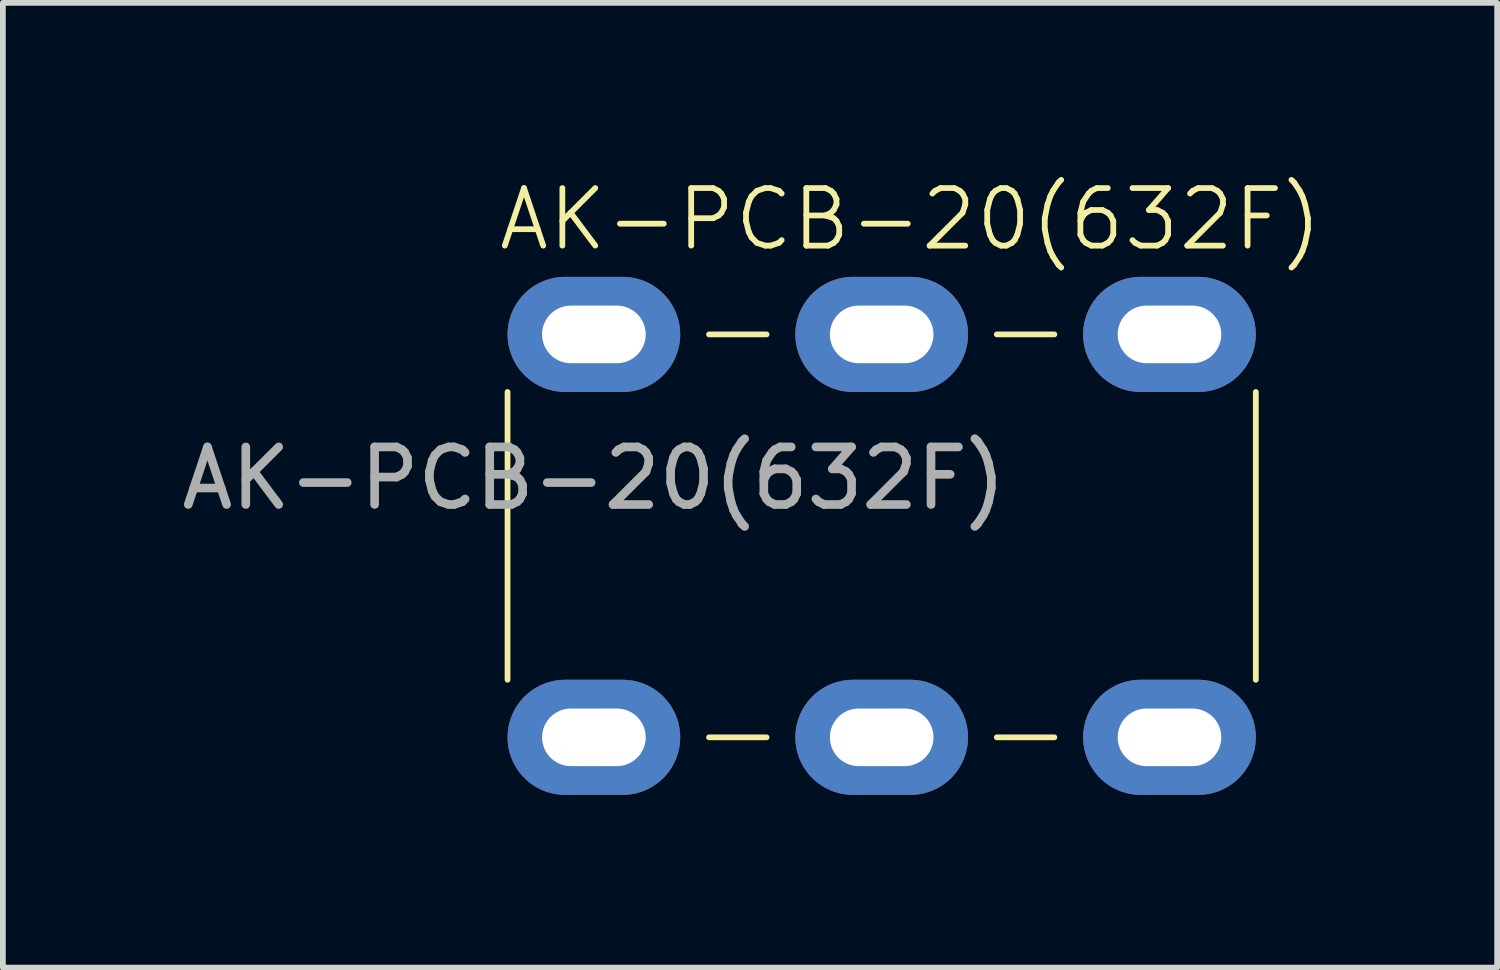
<source format=kicad_pcb>
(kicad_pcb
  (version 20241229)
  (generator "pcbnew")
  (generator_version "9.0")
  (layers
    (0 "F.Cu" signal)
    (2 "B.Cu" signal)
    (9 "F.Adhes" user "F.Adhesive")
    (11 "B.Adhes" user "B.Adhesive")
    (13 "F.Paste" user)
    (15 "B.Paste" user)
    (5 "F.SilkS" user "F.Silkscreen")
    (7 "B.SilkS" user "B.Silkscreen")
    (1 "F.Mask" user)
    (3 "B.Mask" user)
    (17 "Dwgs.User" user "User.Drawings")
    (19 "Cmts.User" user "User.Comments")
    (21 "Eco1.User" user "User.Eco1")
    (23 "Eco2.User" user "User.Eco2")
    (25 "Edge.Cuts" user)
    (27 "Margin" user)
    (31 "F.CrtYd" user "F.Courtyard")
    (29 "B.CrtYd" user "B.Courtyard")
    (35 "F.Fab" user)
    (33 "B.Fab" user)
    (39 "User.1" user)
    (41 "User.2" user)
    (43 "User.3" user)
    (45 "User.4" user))
  (footprint "AK-PCB-20(632F)"
    (layer "F.Cu")
    (at 7.268 2.76)
    (property "Reference" "AK-PCB-20(632F)" (at 5.5 -2 0) (unlocked yes) (layer "F.SilkS") (effects (font (size 1 1) (thickness 0.1))))
    (attr smd)
    (fp_line (start -1.5 1) (end -1.5 6) (stroke (width 0.1) (type default)) (layer "F.SilkS"))
    (fp_line (start 2 0) (end 3 0) (stroke (width 0.1) (type default)) (layer "F.SilkS"))
    (fp_line (start 2 7) (end 3 7) (stroke (width 0.1) (type default)) (layer "F.SilkS"))
    (fp_line (start 7 0) (end 8 0) (stroke (width 0.1) (type default)) (layer "F.SilkS"))
    (fp_line (start 7 7) (end 8 7) (stroke (width 0.1) (type default)) (layer "F.SilkS"))
    (fp_line (start 11.5 1) (end 11.5 6) (stroke (width 0.1) (type default)) (layer "F.SilkS"))
    (fp_text user "${REFERENCE}" (at 0 2.5 0) (unlocked yes) (layer "F.Fab") (effects (font (size 1 1) (thickness 0.15))))
    (pad "1" thru_hole oval (at 0 0) (size 3 2) (drill oval 1.8 1) (layers "*.Cu" "*.Mask"))
    (pad "1" thru_hole oval (at 0 7) (size 3 2) (drill oval 1.8 1) (layers "*.Cu" "*.Mask"))
    (pad "1" thru_hole oval (at 5 0) (size 3 2) (drill oval 1.8 1) (layers "*.Cu" "*.Mask"))
    (pad "1" thru_hole oval (at 5 7) (size 3 2) (drill oval 1.8 1) (layers "*.Cu" "*.Mask"))
    (pad "1" thru_hole oval (at 10 0) (size 3 2) (drill oval 1.8 1) (layers "*.Cu" "*.Mask"))
    (pad "1" thru_hole oval (at 10 7) (size 3 2) (drill oval 1.8 1) (layers "*.Cu" "*.Mask")))
  (gr_rect
    (start -3 -3)
    (end 22.961 13.761)
    (stroke (width 0.1) (type default))
    (fill no)
    (layer "Edge.Cuts")))
</source>
